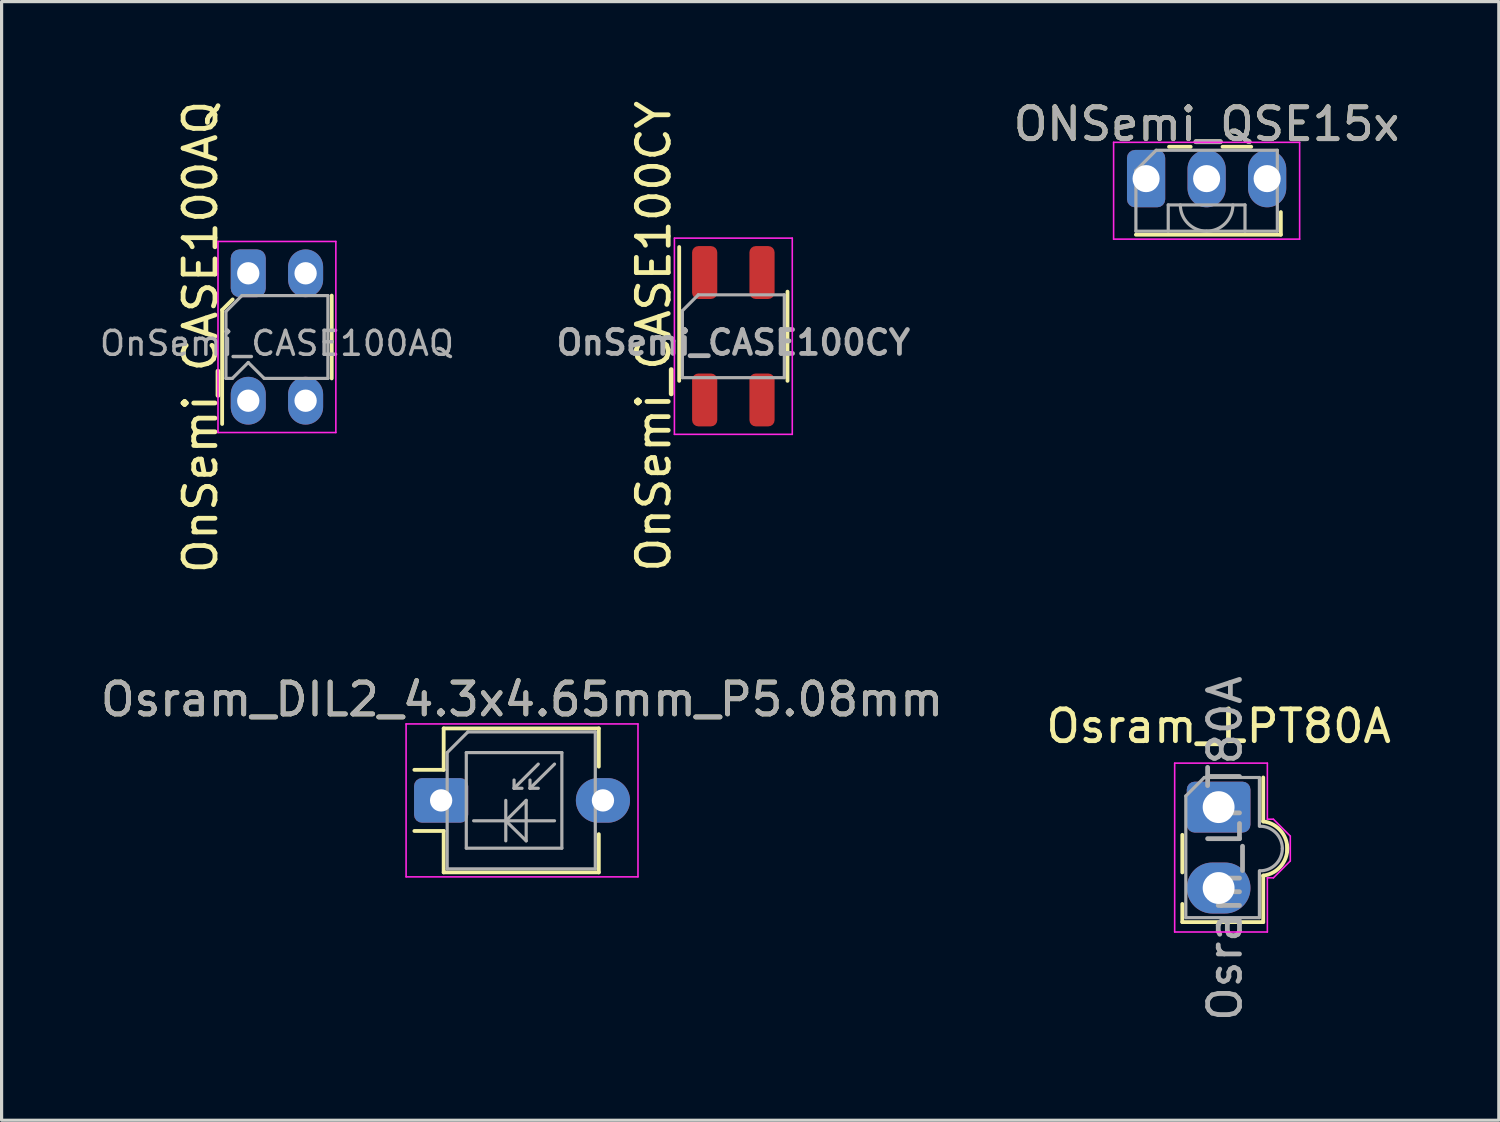
<source format=kicad_pcb>
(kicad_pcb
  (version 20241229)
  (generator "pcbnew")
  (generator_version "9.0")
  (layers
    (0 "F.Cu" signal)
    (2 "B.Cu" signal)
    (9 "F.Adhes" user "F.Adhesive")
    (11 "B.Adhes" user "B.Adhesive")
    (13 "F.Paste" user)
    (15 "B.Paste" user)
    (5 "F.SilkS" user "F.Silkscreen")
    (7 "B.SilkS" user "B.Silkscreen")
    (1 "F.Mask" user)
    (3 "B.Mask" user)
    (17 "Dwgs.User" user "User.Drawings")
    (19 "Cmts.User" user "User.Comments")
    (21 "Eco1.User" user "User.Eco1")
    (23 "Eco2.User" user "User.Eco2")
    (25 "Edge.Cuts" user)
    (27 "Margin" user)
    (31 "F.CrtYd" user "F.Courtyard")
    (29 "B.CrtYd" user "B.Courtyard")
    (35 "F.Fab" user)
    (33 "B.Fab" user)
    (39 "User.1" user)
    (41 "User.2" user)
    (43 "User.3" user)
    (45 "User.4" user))
  (footprint "Osram_DIL2_4.3x4.65mm_P5.08mm"
    (layer "F.Cu")
    (at 10.799 22.078)
    (property "Reference" "Osram_DIL2_4.3x4.65mm_P5.08mm" (at 2.54 -3.17 0) (layer "F.SilkS") (effects (font (size 1 1) (thickness 0.15))))
    (attr through_hole)
    (fp_line (start 0.08 -2.26) (end 0.08 -0.96) (stroke (width 0.12) (type solid)) (layer "F.SilkS"))
    (fp_line (start 0.08 -2.26) (end 4.95 -2.26) (stroke (width 0.12) (type solid)) (layer "F.SilkS"))
    (fp_line (start 0.08 -0.96) (end -0.84 -0.96) (stroke (width 0.12) (type solid)) (layer "F.SilkS"))
    (fp_line (start 0.08 0.96) (end -0.84 0.96) (stroke (width 0.12) (type solid)) (layer "F.SilkS"))
    (fp_line (start 0.08 0.96) (end 0.08 2.26) (stroke (width 0.12) (type solid)) (layer "F.SilkS"))
    (fp_line (start 4.95 -2.26) (end 4.95 -1.06) (stroke (width 0.12) (type solid)) (layer "F.SilkS"))
    (fp_line (start 4.95 1.06) (end 4.95 2.26) (stroke (width 0.12) (type solid)) (layer "F.SilkS"))
    (fp_line (start 4.95 2.26) (end 0.08 2.26) (stroke (width 0.12) (type solid)) (layer "F.SilkS"))
    (fp_line (start -1.1 -2.4) (end -1.1 2.4) (stroke (width 0.05) (type solid)) (layer "F.CrtYd"))
    (fp_line (start -1.1 -2.4) (end 6.18 -2.4) (stroke (width 0.05) (type solid)) (layer "F.CrtYd"))
    (fp_line (start 6.18 2.4) (end -1.1 2.4) (stroke (width 0.05) (type solid)) (layer "F.CrtYd"))
    (fp_line (start 6.18 2.4) (end 6.18 -2.4) (stroke (width 0.05) (type solid)) (layer "F.CrtYd"))
    (fp_line (start 0.19 -1.5) (end 0.84 -2.15) (stroke (width 0.1) (type solid)) (layer "F.Fab"))
    (fp_line (start 0.19 2.15) (end 0.19 -1.5) (stroke (width 0.1) (type solid)) (layer "F.Fab"))
    (fp_line (start 0.79 -1.5) (end 0.79 1.5) (stroke (width 0.1) (type solid)) (layer "F.Fab"))
    (fp_line (start 0.79 1.5) (end 3.79 1.5) (stroke (width 0.1) (type solid)) (layer "F.Fab"))
    (fp_line (start 0.84 -2.15) (end 4.84 -2.15) (stroke (width 0.1) (type solid)) (layer "F.Fab"))
    (fp_line (start 1.02 0.64) (end 3.56 0.64) (stroke (width 0.1) (type solid)) (layer "F.Fab"))
    (fp_line (start 2.03 0) (end 2.03 1.27) (stroke (width 0.1) (type solid)) (layer "F.Fab"))
    (fp_line (start 2.03 0.64) (end 2.67 0) (stroke (width 0.1) (type solid)) (layer "F.Fab"))
    (fp_line (start 2.29 -0.38) (end 2.29 -0.64) (stroke (width 0.1) (type solid)) (layer "F.Fab"))
    (fp_line (start 2.29 -0.38) (end 2.54 -0.38) (stroke (width 0.1) (type solid)) (layer "F.Fab"))
    (fp_line (start 2.67 0) (end 2.67 1.27) (stroke (width 0.1) (type solid)) (layer "F.Fab"))
    (fp_line (start 2.67 1.27) (end 2.03 0.64) (stroke (width 0.1) (type solid)) (layer "F.Fab"))
    (fp_line (start 2.79 -0.38) (end 2.79 -0.64) (stroke (width 0.1) (type solid)) (layer "F.Fab"))
    (fp_line (start 2.79 -0.38) (end 3.05 -0.38) (stroke (width 0.1) (type solid)) (layer "F.Fab"))
    (fp_line (start 3.05 -1.14) (end 2.29 -0.38) (stroke (width 0.1) (type solid)) (layer "F.Fab"))
    (fp_line (start 3.56 -1.14) (end 2.79 -0.38) (stroke (width 0.1) (type solid)) (layer "F.Fab"))
    (fp_line (start 3.79 -1.5) (end 0.79 -1.5) (stroke (width 0.1) (type solid)) (layer "F.Fab"))
    (fp_line (start 3.79 1.5) (end 3.79 -1.5) (stroke (width 0.1) (type solid)) (layer "F.Fab"))
    (fp_line (start 4.84 -2.15) (end 4.84 2.15) (stroke (width 0.1) (type solid)) (layer "F.Fab"))
    (fp_line (start 4.84 2.15) (end 0.19 2.15) (stroke (width 0.1) (type solid)) (layer "F.Fab"))
    (fp_text user "${REFERENCE}" (at 2.54 -3.17 0) (layer "F.Fab") (effects (font (size 1 1) (thickness 0.15))))
    (pad "1" thru_hole roundrect (at 0 0) (size 1.7 1.4) (drill 0.7) (layers "*.Cu" "*.Mask") (roundrect_rratio 0.178))
    (pad "2" thru_hole oval (at 5.08 0) (size 1.7 1.4) (drill 0.7) (layers "*.Cu" "*.Mask")))
  (footprint "Osram_LPT80A"
    (layer "F.Cu")
    (at 35.208 22.289)
    (property "Reference" "Osram_LPT80A" (at 0 -2.54 0) (layer "F.SilkS") (effects (font (size 1 1) (thickness 0.15))))
    (attr through_hole)
    (fp_line (start -1.14 2.05) (end -1.14 0.87) (stroke (width 0.12) (type solid)) (layer "F.SilkS"))
    (fp_line (start -1.14 3.61) (end -1.14 3.04) (stroke (width 0.12) (type solid)) (layer "F.SilkS"))
    (fp_line (start 1.4 -0.93) (end 1.4 0.45) (stroke (width 0.12) (type solid)) (layer "F.SilkS"))
    (fp_line (start 1.4 2.15) (end 1.4 3.61) (stroke (width 0.12) (type solid)) (layer "F.SilkS"))
    (fp_line (start 1.4 3.61) (end -1.14 3.61) (stroke (width 0.12) (type solid)) (layer "F.SilkS"))
    (fp_arc (start 1.4 0.45) (mid 1.971751 0.76967) (end 2.15 1.4) (stroke (width 0.12) (type solid)) (layer "F.SilkS"))
    (fp_arc (start 2.15 1.2) (mid 1.971751 1.83033) (end 1.4 2.15) (stroke (width 0.12) (type solid)) (layer "F.SilkS"))
    (fp_line (start -1.38 -1.38) (end 1.53 -1.38) (stroke (width 0.05) (type solid)) (layer "F.CrtYd"))
    (fp_line (start -1.38 3.92) (end -1.38 -1.38) (stroke (width 0.05) (type solid)) (layer "F.CrtYd"))
    (fp_line (start 1.53 -1.38) (end 1.53 0.38) (stroke (width 0.05) (type solid)) (layer "F.CrtYd"))
    (fp_line (start 1.53 0.38) (end 1.72 0.38) (stroke (width 0.05) (type solid)) (layer "F.CrtYd"))
    (fp_line (start 1.53 2.22) (end 1.53 3.92) (stroke (width 0.05) (type solid)) (layer "F.CrtYd"))
    (fp_line (start 1.53 2.22) (end 1.72 2.22) (stroke (width 0.05) (type solid)) (layer "F.CrtYd"))
    (fp_line (start 1.53 3.92) (end -1.38 3.92) (stroke (width 0.05) (type solid)) (layer "F.CrtYd"))
    (fp_line (start 1.72 2.22) (end 2.25 1.69) (stroke (width 0.05) (type solid)) (layer "F.CrtYd"))
    (fp_line (start 2.25 0.91) (end 1.72 0.38) (stroke (width 0.05) (type solid)) (layer "F.CrtYd"))
    (fp_line (start 2.25 1.69) (end 2.25 0.91) (stroke (width 0.05) (type solid)) (layer "F.CrtYd"))
    (fp_line (start -1.03 3.47) (end -1.03 -0.35) (stroke (width 0.1) (type solid)) (layer "F.Fab"))
    (fp_line (start -0.45 -0.93) (end -1.03 -0.35) (stroke (width 0.1) (type solid)) (layer "F.Fab"))
    (fp_line (start -0.45 -0.93) (end 1.28 -0.93) (stroke (width 0.1) (type solid)) (layer "F.Fab"))
    (fp_line (start 1.28 -0.93) (end 1.28 0.6) (stroke (width 0.1) (type solid)) (layer "F.Fab"))
    (fp_line (start 1.28 3.47) (end -1.03 3.47) (stroke (width 0.1) (type solid)) (layer "F.Fab"))
    (fp_line (start 1.28 3.47) (end 1.28 2) (stroke (width 0.1) (type solid)) (layer "F.Fab"))
    (fp_arc (start 1.3 0.6) (mid 1.794975 0.805025) (end 2 1.3) (stroke (width 0.1) (type solid)) (layer "F.Fab"))
    (fp_arc (start 2 1.3) (mid 1.794975 1.794975) (end 1.3 2) (stroke (width 0.1) (type solid)) (layer "F.Fab"))
    (fp_text user "${REFERENCE}" (at 0.2 1.3 90) (layer "F.Fab") (effects (font (size 1 1) (thickness 0.15))))
    (pad "1" thru_hole roundrect (at 0 0) (size 2 1.6) (drill 1) (layers "*.Cu" "*.Mask") (roundrect_rratio 0.156))
    (pad "2" thru_hole oval (at 0 2.54) (size 2 1.6) (drill 1) (layers "*.Cu" "*.Mask")))
  (footprint "OnSemi_CASE100AQ"
    (layer "F.Cu")
    (at 4.744 5.53)
    (property "Reference" "OnSemi_CASE100AQ" (at -1.5 2 90) (layer "F.SilkS") (effects (font (size 1 1) (thickness 0.15))))
    (attr through_hole)
    (fp_line (start -0.82 1.15) (end -0.82 4.73) (stroke (width 0.12) (type solid)) (layer "F.SilkS"))
    (fp_line (start -0.49 0.82) (end -0.82 1.15) (stroke (width 0.12) (type solid)) (layer "F.SilkS"))
    (fp_line (start 2.62 3.3) (end 2.62 0.7) (stroke (width 0.12) (type solid)) (layer "F.SilkS"))
    (fp_line (start -0.95 -1) (end -0.95 5) (stroke (width 0.05) (type solid)) (layer "F.CrtYd"))
    (fp_line (start -0.95 -1) (end 2.75 -1) (stroke (width 0.05) (type solid)) (layer "F.CrtYd"))
    (fp_line (start 2.75 5) (end -0.95 5) (stroke (width 0.05) (type solid)) (layer "F.CrtYd"))
    (fp_line (start 2.75 5) (end 2.75 -1) (stroke (width 0.05) (type solid)) (layer "F.CrtYd"))
    (fp_line (start -0.7 1.2) (end -0.2 0.7) (stroke (width 0.1) (type solid)) (layer "F.Fab"))
    (fp_line (start -0.7 3.3) (end -0.7 1.2) (stroke (width 0.1) (type solid)) (layer "F.Fab"))
    (fp_line (start -0.7 3.3) (end -0.5 3.3) (stroke (width 0.1) (type solid)) (layer "F.Fab"))
    (fp_line (start -0.2 0.7) (end 2.5 0.7) (stroke (width 0.1) (type solid)) (layer "F.Fab"))
    (fp_line (start 0 2.8) (end -0.5 3.3) (stroke (width 0.1) (type solid)) (layer "F.Fab"))
    (fp_line (start 0 2.8) (end 0.5 3.3) (stroke (width 0.1) (type solid)) (layer "F.Fab"))
    (fp_line (start 2.5 0.7) (end 2.5 3.3) (stroke (width 0.1) (type solid)) (layer "F.Fab"))
    (fp_line (start 2.5 3.3) (end 0.5 3.3) (stroke (width 0.1) (type solid)) (layer "F.Fab"))
    (fp_text user "${REFERENCE}" (at 0.9 2.2 0) (layer "F.Fab") (effects (font (size 0.75 0.75) (thickness 0.11))))
    (pad "1" thru_hole roundrect (at 0 0) (size 1.1 1.5) (drill 0.7) (layers "*.Cu" "*.Mask") (roundrect_rratio 0.25))
    (pad "2" thru_hole oval (at 0 4) (size 1.1 1.5) (drill 0.7) (layers "*.Cu" "*.Mask"))
    (pad "3" thru_hole oval (at 1.8 4) (size 1.1 1.5) (drill 0.7) (layers "*.Cu" "*.Mask"))
    (pad "4" thru_hole oval (at 1.8 0) (size 1.1 1.5) (drill 0.7) (layers "*.Cu" "*.Mask")))
  (footprint "OnSemi_CASE100CY"
    (layer "F.Cu")
    (at 19.973 7.506)
    (property "Reference" "OnSemi_CASE100CY" (at -2.5 0 90) (layer "F.SilkS") (effects (font (size 1 1) (thickness 0.15))))
    (attr smd)
    (fp_line (start -1.7 1.4) (end -1.7 -2.8) (stroke (width 0.12) (type solid)) (layer "F.SilkS"))
    (fp_line (start 1.7 1.4) (end 1.7 -1.4) (stroke (width 0.12) (type solid)) (layer "F.SilkS"))
    (fp_line (start -1.85 -3.08) (end -1.85 3.08) (stroke (width 0.05) (type solid)) (layer "F.CrtYd"))
    (fp_line (start -1.85 -3.08) (end 1.85 -3.08) (stroke (width 0.05) (type solid)) (layer "F.CrtYd"))
    (fp_line (start 1.85 3.08) (end -1.85 3.08) (stroke (width 0.05) (type solid)) (layer "F.CrtYd"))
    (fp_line (start 1.85 3.08) (end 1.85 -3.08) (stroke (width 0.05) (type solid)) (layer "F.CrtYd"))
    (fp_line (start -1.6 -0.8) (end -1.1 -1.3) (stroke (width 0.1) (type solid)) (layer "F.Fab"))
    (fp_line (start -1.6 1.3) (end -1.6 -0.8) (stroke (width 0.1) (type solid)) (layer "F.Fab"))
    (fp_line (start -1.1 -1.3) (end 1.6 -1.3) (stroke (width 0.1) (type solid)) (layer "F.Fab"))
    (fp_line (start 1.6 -1.3) (end 1.6 1.3) (stroke (width 0.1) (type solid)) (layer "F.Fab"))
    (fp_line (start 1.6 1.3) (end -1.6 1.3) (stroke (width 0.1) (type solid)) (layer "F.Fab"))
    (fp_text user "${REFERENCE}" (at 0 0.2 0) (layer "F.Fab") (effects (font (size 0.75 0.75) (thickness 0.15))))
    (pad "1" smd roundrect (at -0.9 -2) (size 0.79 1.66) (layers "F.Cu" "F.Mask" "F.Paste") (roundrect_rratio 0.25))
    (pad "2" smd roundrect (at -0.9 2) (size 0.79 1.66) (layers "F.Cu" "F.Mask" "F.Paste") (roundrect_rratio 0.25))
    (pad "3" smd roundrect (at 0.9 2) (size 0.79 1.66) (layers "F.Cu" "F.Mask" "F.Paste") (roundrect_rratio 0.25))
    (pad "4" smd roundrect (at 0.9 -2) (size 0.79 1.66) (layers "F.Cu" "F.Mask" "F.Paste") (roundrect_rratio 0.25)))
  (footprint "ONSemi_QSE15x"
    (layer "F.Cu")
    (at 32.931 2.558)
    (property "Reference" "ONSemi_QSE15x" (at 1.9 -1.71 0) (layer "F.SilkS") (effects (font (size 1 1) (thickness 0.15))))
    (attr through_hole)
    (fp_line (start -0.32 1.76) (end 4.23 1.76) (stroke (width 0.12) (type solid)) (layer "F.SilkS"))
    (fp_line (start 0.72 -1) (end 1.4 -1) (stroke (width 0.12) (type solid)) (layer "F.SilkS"))
    (fp_line (start 2.4 -1) (end 3.3 -1) (stroke (width 0.12) (type solid)) (layer "F.SilkS"))
    (fp_line (start 4.23 1.76) (end 4.23 1.05) (stroke (width 0.12) (type solid)) (layer "F.SilkS"))
    (fp_line (start -1.02 -1.14) (end 4.82 -1.14) (stroke (width 0.05) (type solid)) (layer "F.CrtYd"))
    (fp_line (start -1.02 1.9) (end -1.02 -1.14) (stroke (width 0.05) (type solid)) (layer "F.CrtYd"))
    (fp_line (start 4.82 -1.14) (end 4.82 1.9) (stroke (width 0.05) (type solid)) (layer "F.CrtYd"))
    (fp_line (start 4.82 1.9) (end -1.02 1.9) (stroke (width 0.05) (type solid)) (layer "F.CrtYd"))
    (fp_line (start -0.32 -0.255) (end -0.32 1.65) (stroke (width 0.1) (type solid)) (layer "F.Fab"))
    (fp_line (start -0.32 -0.255) (end 0.315 -0.89) (stroke (width 0.1) (type solid)) (layer "F.Fab"))
    (fp_line (start -0.32 1.65) (end 4.12 1.65) (stroke (width 0.1) (type solid)) (layer "F.Fab"))
    (fp_line (start 0.315 -0.89) (end 4.12 -0.89) (stroke (width 0.1) (type solid)) (layer "F.Fab"))
    (fp_line (start 0.695 0.825) (end 3.105 0.825) (stroke (width 0.1) (type solid)) (layer "F.Fab"))
    (fp_line (start 0.695 1.65) (end 0.695 0.825) (stroke (width 0.1) (type solid)) (layer "F.Fab"))
    (fp_line (start 3.105 1.65) (end 3.105 0.825) (stroke (width 0.1) (type solid)) (layer "F.Fab"))
    (fp_line (start 4.12 1.65) (end 4.12 -0.89) (stroke (width 0.1) (type solid)) (layer "F.Fab"))
    (fp_arc (start 1.9 1.65) (mid 1.316637 1.408363) (end 1.075 0.825) (stroke (width 0.1) (type solid)) (layer "F.Fab"))
    (fp_arc (start 2.725 0.825) (mid 2.483363 1.408363) (end 1.9 1.65) (stroke (width 0.1) (type solid)) (layer "F.Fab"))
    (fp_text user "${REFERENCE}" (at 1.9 -1.71 0) (layer "F.Fab") (effects (font (size 1 1) (thickness 0.15))))
    (pad "1" thru_hole roundrect (at 0 0) (size 1.2 1.8) (drill 0.85) (layers "*.Cu" "*.Mask") (roundrect_rratio 0.208))
    (pad "2" thru_hole oval (at 1.9 0) (size 1.2 1.8) (drill 0.85) (layers "*.Cu" "*.Mask"))
    (pad "3" thru_hole oval (at 3.8 0) (size 1.2 1.8) (drill 0.85) (layers "*.Cu" "*.Mask")))
  (gr_rect
    (start -3 -3)
    (end 44.004 32.119)
    (stroke (width 0.1) (type default))
    (fill no)
    (layer "Edge.Cuts")))
</source>
